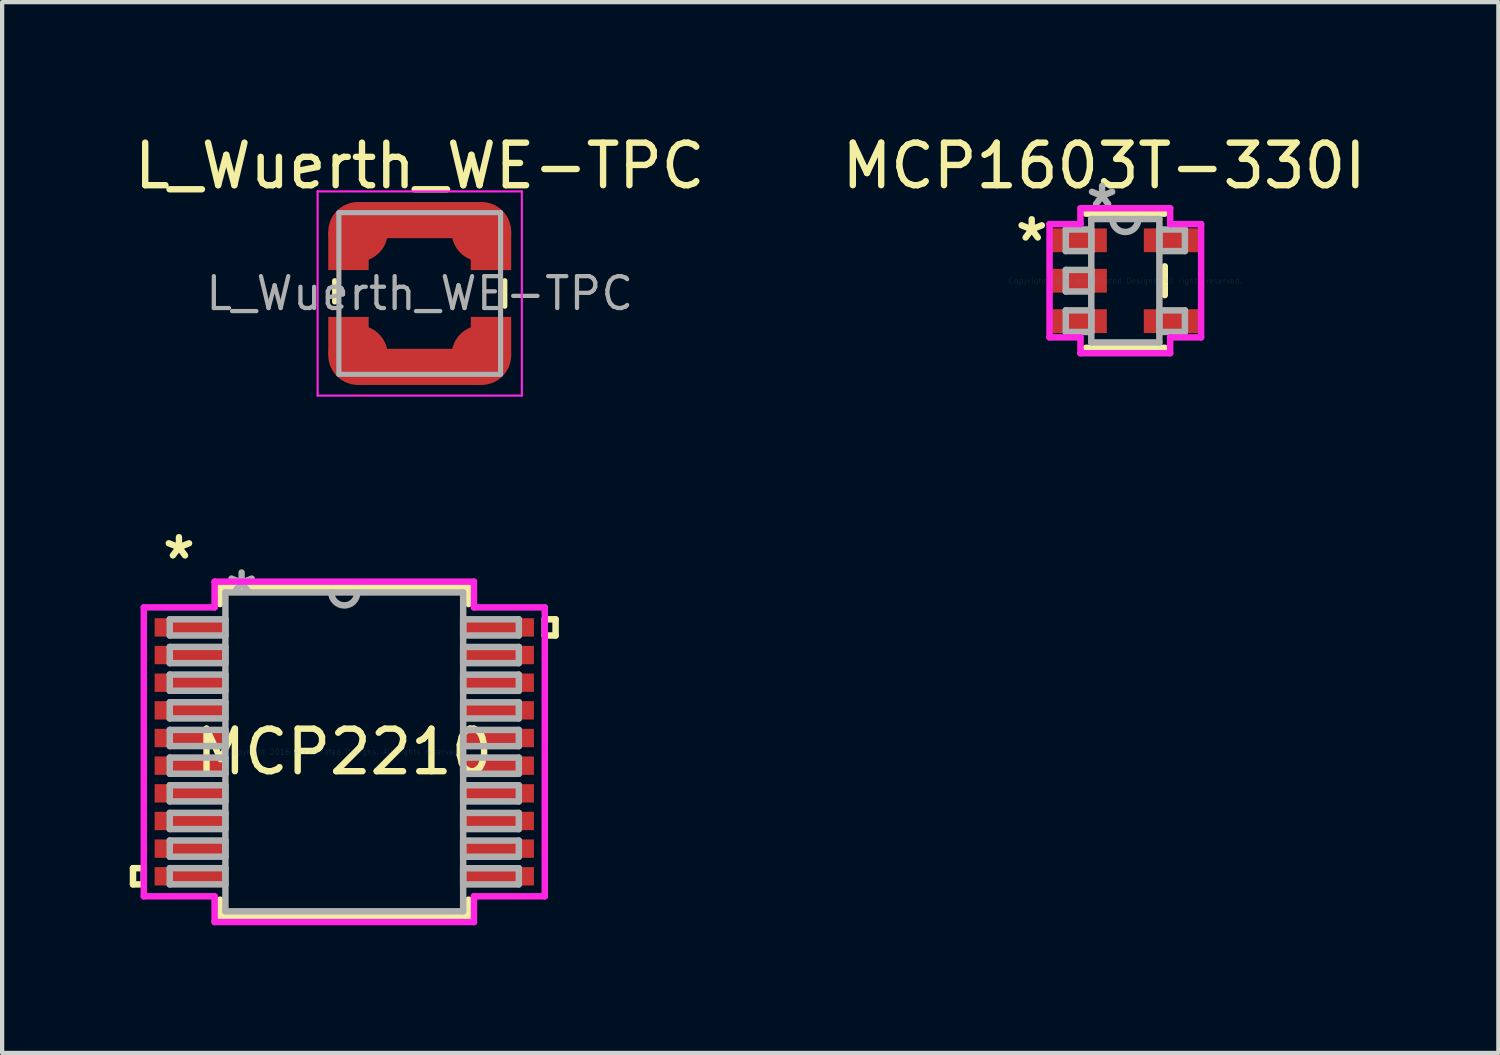
<source format=kicad_pcb>
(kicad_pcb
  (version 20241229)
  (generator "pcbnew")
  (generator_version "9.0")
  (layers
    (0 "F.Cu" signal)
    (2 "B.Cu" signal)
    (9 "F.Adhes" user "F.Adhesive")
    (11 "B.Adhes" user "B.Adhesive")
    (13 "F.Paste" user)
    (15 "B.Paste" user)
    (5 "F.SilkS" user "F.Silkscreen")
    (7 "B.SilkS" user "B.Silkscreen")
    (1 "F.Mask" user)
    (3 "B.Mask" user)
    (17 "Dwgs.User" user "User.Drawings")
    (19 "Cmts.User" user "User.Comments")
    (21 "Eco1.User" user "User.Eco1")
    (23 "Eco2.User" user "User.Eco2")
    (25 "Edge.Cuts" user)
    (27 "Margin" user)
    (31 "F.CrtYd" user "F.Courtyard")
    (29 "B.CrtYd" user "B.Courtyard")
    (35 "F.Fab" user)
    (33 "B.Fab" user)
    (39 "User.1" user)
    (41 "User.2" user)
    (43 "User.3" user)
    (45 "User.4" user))
  (footprint "L_Wuerth_WE-TPC"
    (layer "F.Cu")
    (at 6.815 3.848)
    (property "Reference" "L_Wuerth_WE-TPC" (at 0 -3 0) (layer "F.SilkS") (effects (font (size 1 1) (thickness 0.15))))
    (attr smd)
    (fp_line (start -2 -0.3) (end -2 0.2) (stroke (width 0.12) (type solid)) (layer "F.SilkS"))
    (fp_line (start 2 -0.3) (end 2 0.3) (stroke (width 0.12) (type solid)) (layer "F.SilkS"))
    (fp_line (start -2.4 -2.4) (end -2.4 2.4) (stroke (width 0.05) (type solid)) (layer "F.CrtYd"))
    (fp_line (start -2.4 2.4) (end 2.4 2.4) (stroke (width 0.05) (type solid)) (layer "F.CrtYd"))
    (fp_line (start 2.4 -2.4) (end -2.4 -2.4) (stroke (width 0.05) (type solid)) (layer "F.CrtYd"))
    (fp_line (start 2.4 2.4) (end 2.4 -2.4) (stroke (width 0.05) (type solid)) (layer "F.CrtYd"))
    (fp_line (start -1.9 -1.9) (end 1.9 -1.9) (stroke (width 0.12) (type solid)) (layer "F.Fab"))
    (fp_line (start -1.9 1.9) (end -1.9 -1.9) (stroke (width 0.12) (type solid)) (layer "F.Fab"))
    (fp_line (start 1.9 -1.9) (end 1.9 1.9) (stroke (width 0.12) (type solid)) (layer "F.Fab"))
    (fp_line (start 1.9 1.9) (end -1.9 1.9) (stroke (width 0.12) (type solid)) (layer "F.Fab"))
    (fp_text user "${REFERENCE}" (at 0 0 0) (layer "F.Fab") (effects (font (size 0.75 0.75) (thickness 0.1))))
    (pad "1" smd rect (at -1.675 -1) (size 0.95 0.9) (layers "F.Cu" "F.Mask" "F.Paste"))
    (pad "1" smd circle (at -1.45 -1.45) (size 1.4 1.4) (layers "F.Cu" "F.Mask" "F.Paste"))
    (pad "1" smd rect (at 0 -1.725) (size 2.9 0.85) (layers "F.Cu" "F.Mask" "F.Paste"))
    (pad "1" smd circle (at 1.45 -1.45) (size 1.4 1.4) (layers "F.Cu" "F.Mask" "F.Paste"))
    (pad "1" smd rect (at 1.675 -1) (size 0.95 0.9) (layers "F.Cu" "F.Mask" "F.Paste"))
    (pad "2" smd rect (at -1.675 1) (size 0.95 0.9) (layers "F.Cu" "F.Mask" "F.Paste"))
    (pad "2" smd circle (at -1.45 1.45) (size 1.4 1.4) (layers "F.Cu" "F.Mask" "F.Paste"))
    (pad "2" smd rect (at 0 1.725) (size 2.9 0.85) (layers "F.Cu" "F.Mask" "F.Paste"))
    (pad "2" smd circle (at 1.45 1.45) (size 1.4 1.4) (layers "F.Cu" "F.Mask" "F.Paste"))
    (pad "2" smd rect (at 1.675 1) (size 0.95 0.9) (layers "F.Cu" "F.Mask" "F.Paste")))
  (footprint "MCP1603T-330I"
    (layer "F.Cu")
    (at 23.399 3.548)
    (property "Reference" "MCP1603T-330I" (at -0.5 -2.7 0) (layer "F.SilkS") (effects (font (size 1 1) (thickness 0.15))))
    (attr through_hole)
    (fp_line (start -0.927 1.577) (end 0.927 1.577) (stroke (width 0.152) (type solid)) (layer "F.SilkS"))
    (fp_line (start 0.927 -1.577) (end -0.927 -1.577) (stroke (width 0.152) (type solid)) (layer "F.SilkS"))
    (fp_line (start 0.927 0.338) (end 0.927 -0.338) (stroke (width 0.152) (type solid)) (layer "F.SilkS"))
    (fp_line (start -1.781 -1.331) (end -1.054 -1.331) (stroke (width 0.152) (type solid)) (layer "F.CrtYd"))
    (fp_line (start -1.781 1.331) (end -1.781 -1.331) (stroke (width 0.152) (type solid)) (layer "F.CrtYd"))
    (fp_line (start -1.054 -1.704) (end 1.054 -1.704) (stroke (width 0.152) (type solid)) (layer "F.CrtYd"))
    (fp_line (start -1.054 -1.331) (end -1.054 -1.704) (stroke (width 0.152) (type solid)) (layer "F.CrtYd"))
    (fp_line (start -1.054 1.331) (end -1.781 1.331) (stroke (width 0.152) (type solid)) (layer "F.CrtYd"))
    (fp_line (start -1.054 1.704) (end -1.054 1.331) (stroke (width 0.152) (type solid)) (layer "F.CrtYd"))
    (fp_line (start 1.054 -1.704) (end 1.054 -1.331) (stroke (width 0.152) (type solid)) (layer "F.CrtYd"))
    (fp_line (start 1.054 -1.331) (end 1.781 -1.331) (stroke (width 0.152) (type solid)) (layer "F.CrtYd"))
    (fp_line (start 1.054 1.331) (end 1.054 1.704) (stroke (width 0.152) (type solid)) (layer "F.CrtYd"))
    (fp_line (start 1.054 1.704) (end -1.054 1.704) (stroke (width 0.152) (type solid)) (layer "F.CrtYd"))
    (fp_line (start 1.781 -1.331) (end 1.781 1.331) (stroke (width 0.152) (type solid)) (layer "F.CrtYd"))
    (fp_line (start 1.781 1.331) (end 1.054 1.331) (stroke (width 0.152) (type solid)) (layer "F.CrtYd"))
    (fp_line (start -1.4 -1.204) (end -1.4 -0.696) (stroke (width 0.152) (type solid)) (layer "F.Fab"))
    (fp_line (start -1.4 -0.696) (end -0.8 -0.696) (stroke (width 0.152) (type solid)) (layer "F.Fab"))
    (fp_line (start -1.4 -0.254) (end -1.4 0.254) (stroke (width 0.152) (type solid)) (layer "F.Fab"))
    (fp_line (start -1.4 0.254) (end -0.8 0.254) (stroke (width 0.152) (type solid)) (layer "F.Fab"))
    (fp_line (start -1.4 0.696) (end -1.4 1.204) (stroke (width 0.152) (type solid)) (layer "F.Fab"))
    (fp_line (start -1.4 1.204) (end -0.8 1.204) (stroke (width 0.152) (type solid)) (layer "F.Fab"))
    (fp_line (start -0.8 -1.45) (end -0.8 1.45) (stroke (width 0.152) (type solid)) (layer "F.Fab"))
    (fp_line (start -0.8 -1.204) (end -1.4 -1.204) (stroke (width 0.152) (type solid)) (layer "F.Fab"))
    (fp_line (start -0.8 -0.696) (end -0.8 -1.204) (stroke (width 0.152) (type solid)) (layer "F.Fab"))
    (fp_line (start -0.8 -0.254) (end -1.4 -0.254) (stroke (width 0.152) (type solid)) (layer "F.Fab"))
    (fp_line (start -0.8 0.254) (end -0.8 -0.254) (stroke (width 0.152) (type solid)) (layer "F.Fab"))
    (fp_line (start -0.8 0.696) (end -1.4 0.696) (stroke (width 0.152) (type solid)) (layer "F.Fab"))
    (fp_line (start -0.8 1.204) (end -0.8 0.696) (stroke (width 0.152) (type solid)) (layer "F.Fab"))
    (fp_line (start -0.8 1.45) (end 0.8 1.45) (stroke (width 0.152) (type solid)) (layer "F.Fab"))
    (fp_line (start 0.8 -1.45) (end -0.8 -1.45) (stroke (width 0.152) (type solid)) (layer "F.Fab"))
    (fp_line (start 0.8 -1.204) (end 0.8 -0.696) (stroke (width 0.152) (type solid)) (layer "F.Fab"))
    (fp_line (start 0.8 -0.696) (end 1.4 -0.696) (stroke (width 0.152) (type solid)) (layer "F.Fab"))
    (fp_line (start 0.8 0.696) (end 0.8 1.204) (stroke (width 0.152) (type solid)) (layer "F.Fab"))
    (fp_line (start 0.8 1.204) (end 1.4 1.204) (stroke (width 0.152) (type solid)) (layer "F.Fab"))
    (fp_line (start 0.8 1.45) (end 0.8 -1.45) (stroke (width 0.152) (type solid)) (layer "F.Fab"))
    (fp_line (start 1.4 -1.204) (end 0.8 -1.204) (stroke (width 0.152) (type solid)) (layer "F.Fab"))
    (fp_line (start 1.4 -0.696) (end 1.4 -1.204) (stroke (width 0.152) (type solid)) (layer "F.Fab"))
    (fp_line (start 1.4 0.696) (end 0.8 0.696) (stroke (width 0.152) (type solid)) (layer "F.Fab"))
    (fp_line (start 1.4 1.204) (end 1.4 0.696) (stroke (width 0.152) (type solid)) (layer "F.Fab"))
    (fp_arc (start 0.3048 -1.45) (mid 0 -1.1452) (end -0.3048 -1.45) (stroke (width 0.1524) (type solid)) (layer "F.Fab"))
    (fp_text user "*" (at -2.2 -0.9 0) (layer "F.SilkS") (effects (font (size 1 1) (thickness 0.15))))
    (fp_text user "Copyright 2016 Accelerated Designs. All rights reserved." (at 0 0 0) (layer "Cmts.User") (effects (font (size 0.127 0.127) (thickness 0.002))))
    (fp_text user "*" (at -0.546 -1.687 0) (layer "F.Fab") (effects (font (size 1 1) (thickness 0.15))))
    (pad "1" smd rect (at -1.095 -0.95) (size 1.321 0.559) (layers "F.Cu" "F.Mask" "F.Paste"))
    (pad "2" smd rect (at -1.095 0) (size 1.321 0.559) (layers "F.Cu" "F.Mask" "F.Paste"))
    (pad "3" smd rect (at -1.095 0.95) (size 1.321 0.559) (layers "F.Cu" "F.Mask" "F.Paste"))
    (pad "4" smd rect (at 1.095 0.95) (size 1.321 0.559) (layers "F.Cu" "F.Mask" "F.Paste"))
    (pad "5" smd rect (at 1.095 -0.95) (size 1.321 0.559) (layers "F.Cu" "F.Mask" "F.Paste")))
  (footprint "MCP2210"
    (layer "F.Cu")
    (at 5.042 14.621)
    (property "Reference" "MCP2210" (at 0 0 0) (layer "F.SilkS") (effects (font (size 1 1) (thickness 0.15))))
    (attr through_hole)
    (fp_line (start -4.966 2.734) (end -4.966 3.115) (stroke (width 0.152) (type solid)) (layer "F.SilkS"))
    (fp_line (start -4.966 3.115) (end -4.712 3.115) (stroke (width 0.152) (type solid)) (layer "F.SilkS"))
    (fp_line (start -4.712 2.734) (end -4.966 2.734) (stroke (width 0.152) (type solid)) (layer "F.SilkS"))
    (fp_line (start -4.712 3.115) (end -4.712 2.734) (stroke (width 0.152) (type solid)) (layer "F.SilkS"))
    (fp_line (start -2.921 -3.873) (end -2.921 -3.474) (stroke (width 0.152) (type solid)) (layer "F.SilkS"))
    (fp_line (start -2.921 3.474) (end -2.921 3.873) (stroke (width 0.152) (type solid)) (layer "F.SilkS"))
    (fp_line (start -2.921 3.873) (end 2.921 3.873) (stroke (width 0.152) (type solid)) (layer "F.SilkS"))
    (fp_line (start 2.921 -3.873) (end -2.921 -3.873) (stroke (width 0.152) (type solid)) (layer "F.SilkS"))
    (fp_line (start 2.921 -3.474) (end 2.921 -3.873) (stroke (width 0.152) (type solid)) (layer "F.SilkS"))
    (fp_line (start 2.921 3.873) (end 2.921 3.474) (stroke (width 0.152) (type solid)) (layer "F.SilkS"))
    (fp_line (start 4.712 -3.115) (end 4.966 -3.115) (stroke (width 0.152) (type solid)) (layer "F.SilkS"))
    (fp_line (start 4.712 -2.734) (end 4.712 -3.115) (stroke (width 0.152) (type solid)) (layer "F.SilkS"))
    (fp_line (start 4.966 -3.115) (end 4.966 -2.734) (stroke (width 0.152) (type solid)) (layer "F.SilkS"))
    (fp_line (start 4.966 -2.734) (end 4.712 -2.734) (stroke (width 0.152) (type solid)) (layer "F.SilkS"))
    (fp_line (start -4.712 -3.395) (end -3.048 -3.395) (stroke (width 0.152) (type solid)) (layer "F.CrtYd"))
    (fp_line (start -4.712 3.395) (end -4.712 -3.395) (stroke (width 0.152) (type solid)) (layer "F.CrtYd"))
    (fp_line (start -3.048 -4) (end 3.048 -4) (stroke (width 0.152) (type solid)) (layer "F.CrtYd"))
    (fp_line (start -3.048 -3.395) (end -3.048 -4) (stroke (width 0.152) (type solid)) (layer "F.CrtYd"))
    (fp_line (start -3.048 3.395) (end -4.712 3.395) (stroke (width 0.152) (type solid)) (layer "F.CrtYd"))
    (fp_line (start -3.048 4) (end -3.048 3.395) (stroke (width 0.152) (type solid)) (layer "F.CrtYd"))
    (fp_line (start 3.048 -4) (end 3.048 -3.395) (stroke (width 0.152) (type solid)) (layer "F.CrtYd"))
    (fp_line (start 3.048 -3.395) (end 4.712 -3.395) (stroke (width 0.152) (type solid)) (layer "F.CrtYd"))
    (fp_line (start 3.048 3.395) (end 3.048 4) (stroke (width 0.152) (type solid)) (layer "F.CrtYd"))
    (fp_line (start 3.048 4) (end -3.048 4) (stroke (width 0.152) (type solid)) (layer "F.CrtYd"))
    (fp_line (start 4.712 -3.395) (end 4.712 3.395) (stroke (width 0.152) (type solid)) (layer "F.CrtYd"))
    (fp_line (start 4.712 3.395) (end 3.048 3.395) (stroke (width 0.152) (type solid)) (layer "F.CrtYd"))
    (fp_line (start -4.102 -3.116) (end -4.102 -2.735) (stroke (width 0.152) (type solid)) (layer "F.Fab"))
    (fp_line (start -4.102 -2.735) (end -2.794 -2.735) (stroke (width 0.152) (type solid)) (layer "F.Fab"))
    (fp_line (start -4.102 -2.466) (end -4.102 -2.084) (stroke (width 0.152) (type solid)) (layer "F.Fab"))
    (fp_line (start -4.102 -2.084) (end -2.794 -2.084) (stroke (width 0.152) (type solid)) (layer "F.Fab"))
    (fp_line (start -4.102 -1.816) (end -4.102 -1.435) (stroke (width 0.152) (type solid)) (layer "F.Fab"))
    (fp_line (start -4.102 -1.435) (end -2.794 -1.435) (stroke (width 0.152) (type solid)) (layer "F.Fab"))
    (fp_line (start -4.102 -1.166) (end -4.102 -0.785) (stroke (width 0.152) (type solid)) (layer "F.Fab"))
    (fp_line (start -4.102 -0.785) (end -2.794 -0.785) (stroke (width 0.152) (type solid)) (layer "F.Fab"))
    (fp_line (start -4.102 -0.516) (end -4.102 -0.135) (stroke (width 0.152) (type solid)) (layer "F.Fab"))
    (fp_line (start -4.102 -0.135) (end -2.794 -0.135) (stroke (width 0.152) (type solid)) (layer "F.Fab"))
    (fp_line (start -4.102 0.134) (end -4.102 0.515) (stroke (width 0.152) (type solid)) (layer "F.Fab"))
    (fp_line (start -4.102 0.515) (end -2.794 0.515) (stroke (width 0.152) (type solid)) (layer "F.Fab"))
    (fp_line (start -4.102 0.784) (end -4.102 1.165) (stroke (width 0.152) (type solid)) (layer "F.Fab"))
    (fp_line (start -4.102 1.165) (end -2.794 1.165) (stroke (width 0.152) (type solid)) (layer "F.Fab"))
    (fp_line (start -4.102 1.434) (end -4.102 1.815) (stroke (width 0.152) (type solid)) (layer "F.Fab"))
    (fp_line (start -4.102 1.815) (end -2.794 1.815) (stroke (width 0.152) (type solid)) (layer "F.Fab"))
    (fp_line (start -4.102 2.084) (end -4.102 2.465) (stroke (width 0.152) (type solid)) (layer "F.Fab"))
    (fp_line (start -4.102 2.465) (end -2.794 2.465) (stroke (width 0.152) (type solid)) (layer "F.Fab"))
    (fp_line (start -4.102 2.734) (end -4.102 3.115) (stroke (width 0.152) (type solid)) (layer "F.Fab"))
    (fp_line (start -4.102 3.115) (end -2.794 3.115) (stroke (width 0.152) (type solid)) (layer "F.Fab"))
    (fp_line (start -2.794 -3.747) (end -2.794 3.747) (stroke (width 0.152) (type solid)) (layer "F.Fab"))
    (fp_line (start -2.794 -3.116) (end -4.102 -3.116) (stroke (width 0.152) (type solid)) (layer "F.Fab"))
    (fp_line (start -2.794 -2.735) (end -2.794 -3.116) (stroke (width 0.152) (type solid)) (layer "F.Fab"))
    (fp_line (start -2.794 -2.466) (end -4.102 -2.466) (stroke (width 0.152) (type solid)) (layer "F.Fab"))
    (fp_line (start -2.794 -2.084) (end -2.794 -2.466) (stroke (width 0.152) (type solid)) (layer "F.Fab"))
    (fp_line (start -2.794 -1.816) (end -4.102 -1.816) (stroke (width 0.152) (type solid)) (layer "F.Fab"))
    (fp_line (start -2.794 -1.435) (end -2.794 -1.816) (stroke (width 0.152) (type solid)) (layer "F.Fab"))
    (fp_line (start -2.794 -1.166) (end -4.102 -1.166) (stroke (width 0.152) (type solid)) (layer "F.Fab"))
    (fp_line (start -2.794 -0.785) (end -2.794 -1.166) (stroke (width 0.152) (type solid)) (layer "F.Fab"))
    (fp_line (start -2.794 -0.516) (end -4.102 -0.516) (stroke (width 0.152) (type solid)) (layer "F.Fab"))
    (fp_line (start -2.794 -0.135) (end -2.794 -0.516) (stroke (width 0.152) (type solid)) (layer "F.Fab"))
    (fp_line (start -2.794 0.134) (end -4.102 0.134) (stroke (width 0.152) (type solid)) (layer "F.Fab"))
    (fp_line (start -2.794 0.515) (end -2.794 0.134) (stroke (width 0.152) (type solid)) (layer "F.Fab"))
    (fp_line (start -2.794 0.784) (end -4.102 0.784) (stroke (width 0.152) (type solid)) (layer "F.Fab"))
    (fp_line (start -2.794 1.165) (end -2.794 0.784) (stroke (width 0.152) (type solid)) (layer "F.Fab"))
    (fp_line (start -2.794 1.434) (end -4.102 1.434) (stroke (width 0.152) (type solid)) (layer "F.Fab"))
    (fp_line (start -2.794 1.815) (end -2.794 1.434) (stroke (width 0.152) (type solid)) (layer "F.Fab"))
    (fp_line (start -2.794 2.084) (end -4.102 2.084) (stroke (width 0.152) (type solid)) (layer "F.Fab"))
    (fp_line (start -2.794 2.465) (end -2.794 2.084) (stroke (width 0.152) (type solid)) (layer "F.Fab"))
    (fp_line (start -2.794 2.734) (end -4.102 2.734) (stroke (width 0.152) (type solid)) (layer "F.Fab"))
    (fp_line (start -2.794 3.115) (end -2.794 2.734) (stroke (width 0.152) (type solid)) (layer "F.Fab"))
    (fp_line (start -2.794 3.747) (end 2.794 3.747) (stroke (width 0.152) (type solid)) (layer "F.Fab"))
    (fp_line (start 2.794 -3.747) (end -2.794 -3.747) (stroke (width 0.152) (type solid)) (layer "F.Fab"))
    (fp_line (start 2.794 -3.115) (end 2.794 -2.734) (stroke (width 0.152) (type solid)) (layer "F.Fab"))
    (fp_line (start 2.794 -2.734) (end 4.102 -2.734) (stroke (width 0.152) (type solid)) (layer "F.Fab"))
    (fp_line (start 2.794 -2.465) (end 2.794 -2.084) (stroke (width 0.152) (type solid)) (layer "F.Fab"))
    (fp_line (start 2.794 -2.084) (end 4.102 -2.084) (stroke (width 0.152) (type solid)) (layer "F.Fab"))
    (fp_line (start 2.794 -1.815) (end 2.794 -1.434) (stroke (width 0.152) (type solid)) (layer "F.Fab"))
    (fp_line (start 2.794 -1.434) (end 4.102 -1.434) (stroke (width 0.152) (type solid)) (layer "F.Fab"))
    (fp_line (start 2.794 -1.165) (end 2.794 -0.784) (stroke (width 0.152) (type solid)) (layer "F.Fab"))
    (fp_line (start 2.794 -0.784) (end 4.102 -0.784) (stroke (width 0.152) (type solid)) (layer "F.Fab"))
    (fp_line (start 2.794 -0.515) (end 2.794 -0.134) (stroke (width 0.152) (type solid)) (layer "F.Fab"))
    (fp_line (start 2.794 -0.134) (end 4.102 -0.134) (stroke (width 0.152) (type solid)) (layer "F.Fab"))
    (fp_line (start 2.794 0.135) (end 2.794 0.516) (stroke (width 0.152) (type solid)) (layer "F.Fab"))
    (fp_line (start 2.794 0.516) (end 4.102 0.516) (stroke (width 0.152) (type solid)) (layer "F.Fab"))
    (fp_line (start 2.794 0.785) (end 2.794 1.166) (stroke (width 0.152) (type solid)) (layer "F.Fab"))
    (fp_line (start 2.794 1.166) (end 4.102 1.166) (stroke (width 0.152) (type solid)) (layer "F.Fab"))
    (fp_line (start 2.794 1.435) (end 2.794 1.816) (stroke (width 0.152) (type solid)) (layer "F.Fab"))
    (fp_line (start 2.794 1.816) (end 4.102 1.816) (stroke (width 0.152) (type solid)) (layer "F.Fab"))
    (fp_line (start 2.794 2.085) (end 2.794 2.466) (stroke (width 0.152) (type solid)) (layer "F.Fab"))
    (fp_line (start 2.794 2.466) (end 4.102 2.466) (stroke (width 0.152) (type solid)) (layer "F.Fab"))
    (fp_line (start 2.794 2.735) (end 2.794 3.116) (stroke (width 0.152) (type solid)) (layer "F.Fab"))
    (fp_line (start 2.794 3.116) (end 4.102 3.116) (stroke (width 0.152) (type solid)) (layer "F.Fab"))
    (fp_line (start 2.794 3.747) (end 2.794 -3.747) (stroke (width 0.152) (type solid)) (layer "F.Fab"))
    (fp_line (start 4.102 -3.115) (end 2.794 -3.115) (stroke (width 0.152) (type solid)) (layer "F.Fab"))
    (fp_line (start 4.102 -2.734) (end 4.102 -3.115) (stroke (width 0.152) (type solid)) (layer "F.Fab"))
    (fp_line (start 4.102 -2.465) (end 2.794 -2.465) (stroke (width 0.152) (type solid)) (layer "F.Fab"))
    (fp_line (start 4.102 -2.084) (end 4.102 -2.465) (stroke (width 0.152) (type solid)) (layer "F.Fab"))
    (fp_line (start 4.102 -1.815) (end 2.794 -1.815) (stroke (width 0.152) (type solid)) (layer "F.Fab"))
    (fp_line (start 4.102 -1.434) (end 4.102 -1.815) (stroke (width 0.152) (type solid)) (layer "F.Fab"))
    (fp_line (start 4.102 -1.165) (end 2.794 -1.165) (stroke (width 0.152) (type solid)) (layer "F.Fab"))
    (fp_line (start 4.102 -0.784) (end 4.102 -1.165) (stroke (width 0.152) (type solid)) (layer "F.Fab"))
    (fp_line (start 4.102 -0.515) (end 2.794 -0.515) (stroke (width 0.152) (type solid)) (layer "F.Fab"))
    (fp_line (start 4.102 -0.134) (end 4.102 -0.515) (stroke (width 0.152) (type solid)) (layer "F.Fab"))
    (fp_line (start 4.102 0.135) (end 2.794 0.135) (stroke (width 0.152) (type solid)) (layer "F.Fab"))
    (fp_line (start 4.102 0.516) (end 4.102 0.135) (stroke (width 0.152) (type solid)) (layer "F.Fab"))
    (fp_line (start 4.102 0.785) (end 2.794 0.785) (stroke (width 0.152) (type solid)) (layer "F.Fab"))
    (fp_line (start 4.102 1.166) (end 4.102 0.785) (stroke (width 0.152) (type solid)) (layer "F.Fab"))
    (fp_line (start 4.102 1.435) (end 2.794 1.435) (stroke (width 0.152) (type solid)) (layer "F.Fab"))
    (fp_line (start 4.102 1.816) (end 4.102 1.435) (stroke (width 0.152) (type solid)) (layer "F.Fab"))
    (fp_line (start 4.102 2.085) (end 2.794 2.085) (stroke (width 0.152) (type solid)) (layer "F.Fab"))
    (fp_line (start 4.102 2.466) (end 4.102 2.085) (stroke (width 0.152) (type solid)) (layer "F.Fab"))
    (fp_line (start 4.102 2.735) (end 2.794 2.735) (stroke (width 0.152) (type solid)) (layer "F.Fab"))
    (fp_line (start 4.102 3.116) (end 4.102 2.735) (stroke (width 0.152) (type solid)) (layer "F.Fab"))
    (fp_arc (start 0.3048 -3.7465) (mid 0 -3.4417) (end -0.3048 -3.7465) (stroke (width 0.1524) (type solid)) (layer "F.Fab"))
    (fp_text user "*" (at -3.886 -4.5 0) (layer "F.SilkS") (effects (font (size 1 1) (thickness 0.15))))
    (fp_text user "Copyright 2016 Accelerated Designs. All rights reserved." (at 0 0 0) (layer "Cmts.User") (effects (font (size 0.127 0.127) (thickness 0.002))))
    (fp_text user "*" (at -2.413 -3.67 0) (layer "F.Fab") (effects (font (size 1 1) (thickness 0.15))))
    (pad "1" smd rect (at -3.632 -2.925) (size 1.651 0.432) (layers "F.Cu" "F.Mask" "F.Paste"))
    (pad "2" smd rect (at -3.632 -2.275) (size 1.651 0.432) (layers "F.Cu" "F.Mask" "F.Paste"))
    (pad "3" smd rect (at -3.632 -1.625) (size 1.651 0.432) (layers "F.Cu" "F.Mask" "F.Paste"))
    (pad "4" smd rect (at -3.632 -0.975) (size 1.651 0.432) (layers "F.Cu" "F.Mask" "F.Paste"))
    (pad "5" smd rect (at -3.632 -0.325) (size 1.651 0.432) (layers "F.Cu" "F.Mask" "F.Paste"))
    (pad "6" smd rect (at -3.632 0.325) (size 1.651 0.432) (layers "F.Cu" "F.Mask" "F.Paste"))
    (pad "7" smd rect (at -3.632 0.975) (size 1.651 0.432) (layers "F.Cu" "F.Mask" "F.Paste"))
    (pad "8" smd rect (at -3.632 1.625) (size 1.651 0.432) (layers "F.Cu" "F.Mask" "F.Paste"))
    (pad "9" smd rect (at -3.632 2.275) (size 1.651 0.432) (layers "F.Cu" "F.Mask" "F.Paste"))
    (pad "10" smd rect (at -3.632 2.925) (size 1.651 0.432) (layers "F.Cu" "F.Mask" "F.Paste"))
    (pad "11" smd rect (at 3.632 2.925) (size 1.651 0.432) (layers "F.Cu" "F.Mask" "F.Paste"))
    (pad "12" smd rect (at 3.632 2.275) (size 1.651 0.432) (layers "F.Cu" "F.Mask" "F.Paste"))
    (pad "13" smd rect (at 3.632 1.625) (size 1.651 0.432) (layers "F.Cu" "F.Mask" "F.Paste"))
    (pad "14" smd rect (at 3.632 0.975) (size 1.651 0.432) (layers "F.Cu" "F.Mask" "F.Paste"))
    (pad "15" smd rect (at 3.632 0.325) (size 1.651 0.432) (layers "F.Cu" "F.Mask" "F.Paste"))
    (pad "16" smd rect (at 3.632 -0.325) (size 1.651 0.432) (layers "F.Cu" "F.Mask" "F.Paste"))
    (pad "17" smd rect (at 3.632 -0.975) (size 1.651 0.432) (layers "F.Cu" "F.Mask" "F.Paste"))
    (pad "18" smd rect (at 3.632 -1.625) (size 1.651 0.432) (layers "F.Cu" "F.Mask" "F.Paste"))
    (pad "19" smd rect (at 3.632 -2.275) (size 1.651 0.432) (layers "F.Cu" "F.Mask" "F.Paste"))
    (pad "20" smd rect (at 3.632 -2.925) (size 1.651 0.432) (layers "F.Cu" "F.Mask" "F.Paste")))
  (gr_rect
    (start -3 -3)
    (end 32.167 21.698)
    (stroke (width 0.1) (type default))
    (fill no)
    (layer "Edge.Cuts")))
</source>
